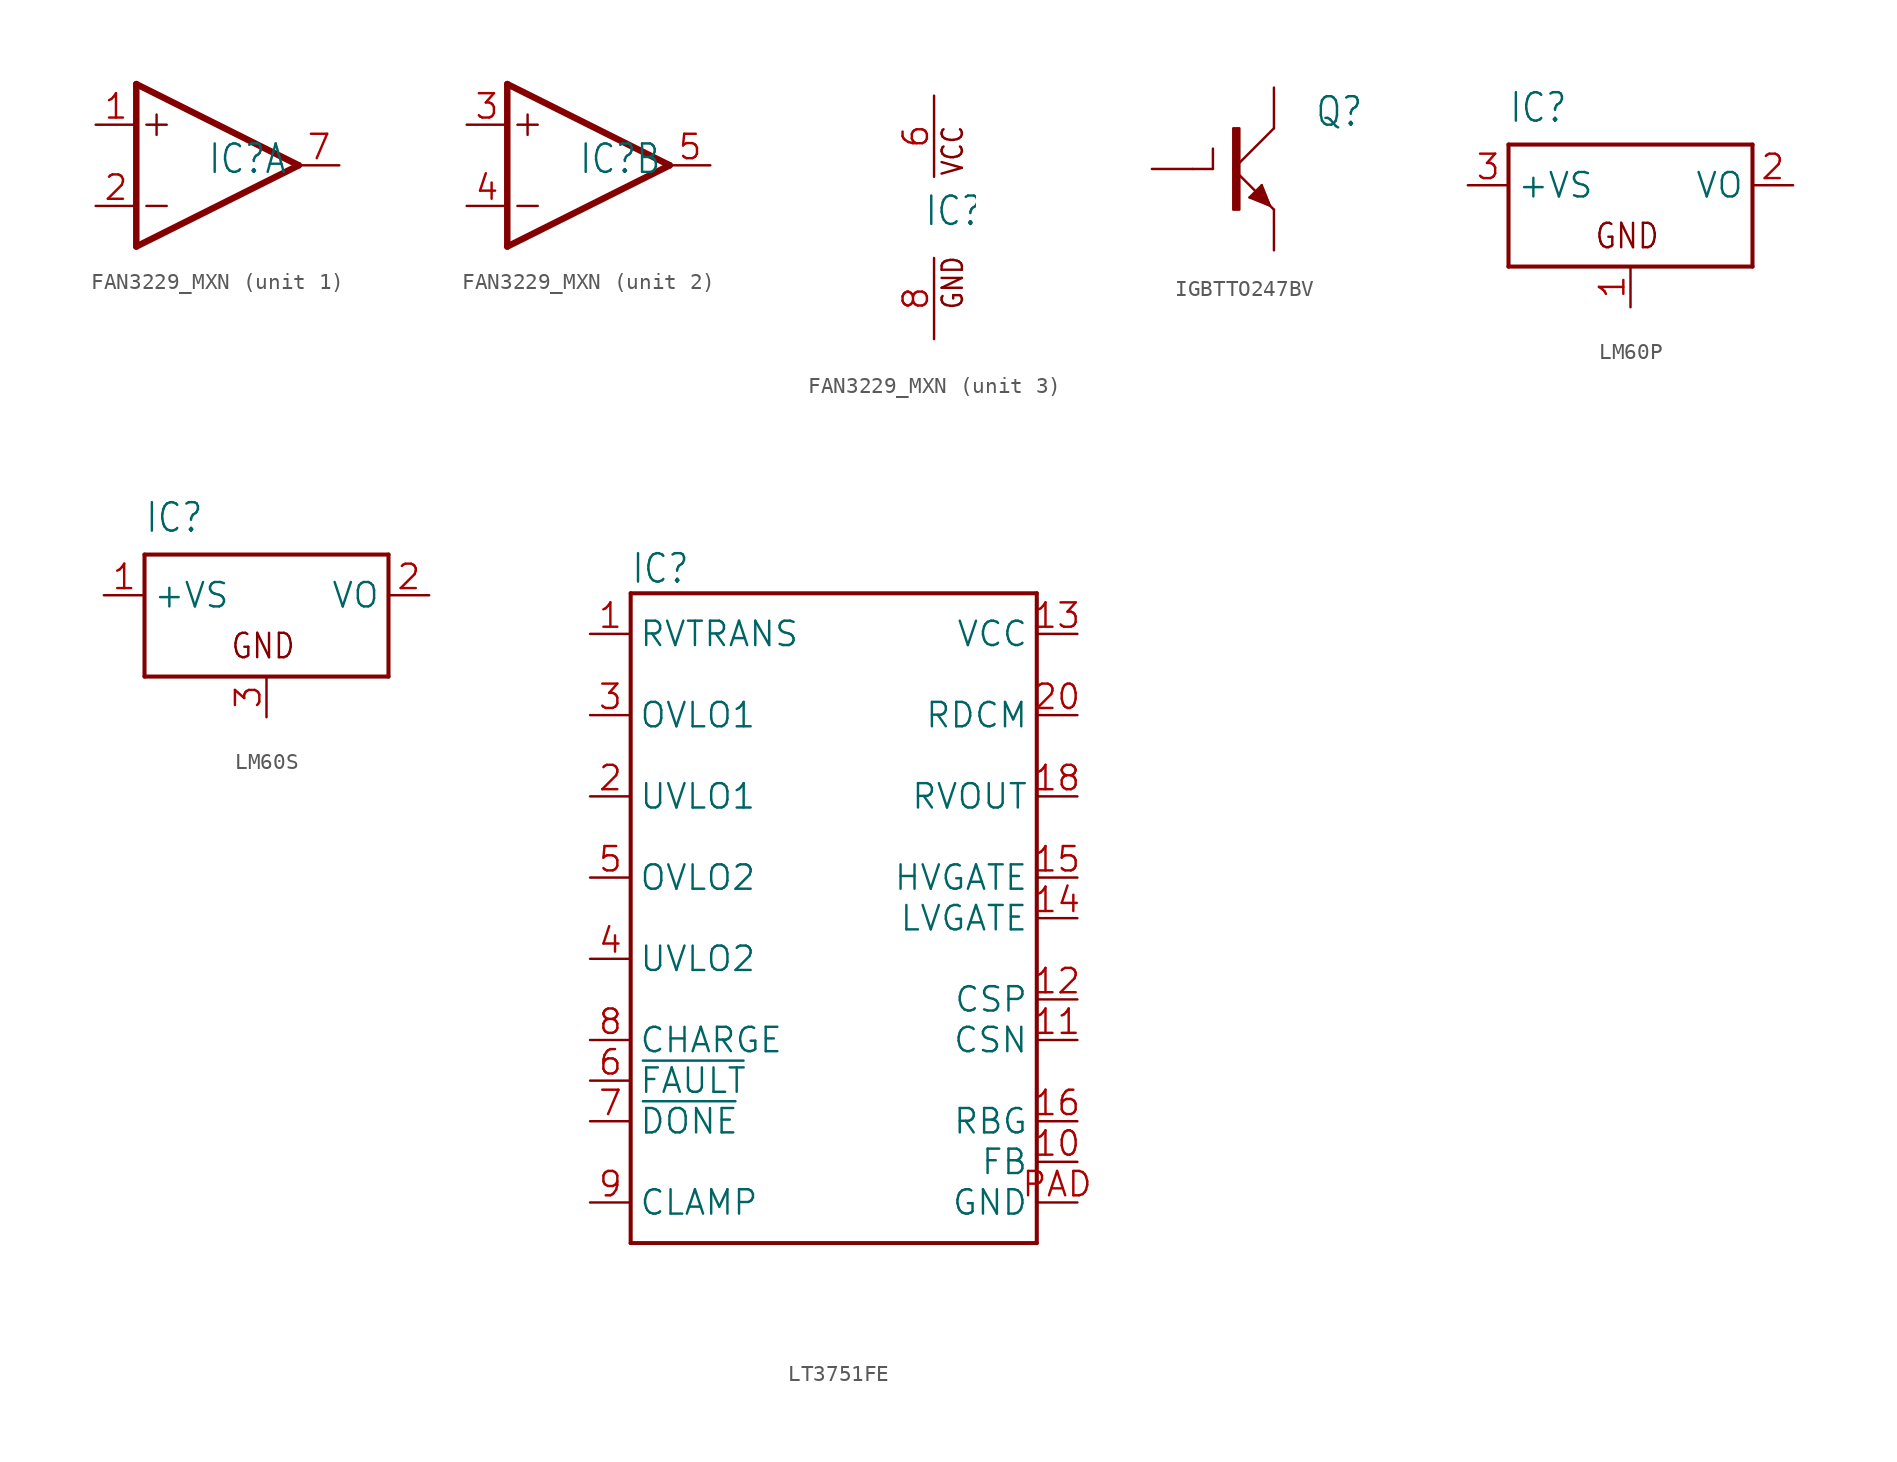
<source format=kicad_sym>
(kicad_symbol_lib
  (version 20241209)
  (generator "kicad_symbol_editor")
  (generator_version "9.0")
  (symbol "FAN3229_MXN"
    (property "Reference" "IC"
      (at -0.635 -0.635 0)
      (effects (font (size 1.778 1.511)) (justify left bottom)))
    (property "ki_locked" ""
      (at 0 0 0)
      (effects (font (size 1.27 1.27))))
    (symbol "FAN3229_MXN_1_0"
      (polyline (pts (xy -5.08 5.08) (xy -5.08 -5.08)) (stroke (width 0.406) (type solid)) (fill (type none)))
      (polyline (pts (xy -5.08 -5.08) (xy 5.08 0)) (stroke (width 0.406) (type solid)) (fill (type none)))
      (polyline (pts (xy -4.445 2.54) (xy -3.175 2.54)) (stroke (width 0.152) (type solid)) (fill (type none)))
      (polyline (pts (xy -4.445 -2.54) (xy -3.175 -2.54)) (stroke (width 0.152) (type solid)) (fill (type none)))
      (polyline (pts (xy -3.81 3.175) (xy -3.81 1.905)) (stroke (width 0.152) (type solid)) (fill (type none)))
      (polyline (pts (xy 5.08 0) (xy -5.08 5.08)) (stroke (width 0.406) (type solid)) (fill (type none)))
      (pin input line (at -7.62 2.54 0) (length 2.54) (name "+IN" (effects (font (size 0 0)))) (number "1" (effects (font (size 1.524 1.524)))))
      (pin input line (at -7.62 -2.54 0) (length 2.54) (name "-IN" (effects (font (size 0 0)))) (number "2" (effects (font (size 1.524 1.524)))))
      (pin output line (at 7.62 0 180) (length 2.54) (name "OUT" (effects (font (size 0 0)))) (number "7" (effects (font (size 1.524 1.524))))))
    (symbol "FAN3229_MXN_2_0"
      (polyline (pts (xy -5.08 5.08) (xy -5.08 -5.08)) (stroke (width 0.406) (type solid)) (fill (type none)))
      (polyline (pts (xy -5.08 -5.08) (xy 5.08 0)) (stroke (width 0.406) (type solid)) (fill (type none)))
      (polyline (pts (xy -4.445 2.54) (xy -3.175 2.54)) (stroke (width 0.152) (type solid)) (fill (type none)))
      (polyline (pts (xy -4.445 -2.54) (xy -3.175 -2.54)) (stroke (width 0.152) (type solid)) (fill (type none)))
      (polyline (pts (xy -3.81 3.175) (xy -3.81 1.905)) (stroke (width 0.152) (type solid)) (fill (type none)))
      (polyline (pts (xy 5.08 0) (xy -5.08 5.08)) (stroke (width 0.406) (type solid)) (fill (type none)))
      (pin input line (at -7.62 2.54 0) (length 2.54) (name "+IN" (effects (font (size 0 0)))) (number "3" (effects (font (size 1.524 1.524)))))
      (pin input line (at -7.62 -2.54 0) (length 2.54) (name "-IN" (effects (font (size 0 0)))) (number "4" (effects (font (size 1.524 1.524)))))
      (pin output line (at 7.62 0 180) (length 2.54) (name "OUT" (effects (font (size 0 0)))) (number "5" (effects (font (size 1.524 1.524))))))
    (symbol "FAN3229_MXN_3_0"
      (text "VCC" (at 1.905 2.54 900) (effects (font (size 1.27 1.079)) (justify left bottom)))
      (text "GND" (at 1.905 -5.842 900) (effects (font (size 1.27 1.079)) (justify left bottom)))
      (pin power_in line (at 0 7.62 270) (length 5.08) (name "VCC" (effects (font (size 0 0)))) (number "6" (effects (font (size 1.524 1.524)))))
      (pin power_in line (at 0 -7.62 90) (length 5.08) (name "GND" (effects (font (size 0 0)))) (number "8" (effects (font (size 1.524 1.524)))))))
  (symbol "IGBTTO247BV"
    (property "Reference" "Q"
      (at 5.08 2.54 0)
      (effects (font (size 1.778 1.511)) (justify left bottom)))
    (property "Value" ""
      (at 5.08 0 0)
      (effects (font (size 1.778 1.511)) (justify left bottom)))
    (property "ki_locked" ""
      (at 0 0 0)
      (effects (font (size 1.27 1.27))))
    (symbol "IGBTTO247BV_1_0"
      (polyline (pts (xy -2.54 0) (xy -1.27 0)) (stroke (width 0.152) (type solid)) (fill (type none)))
      (polyline (pts (xy -1.27 0) (xy -1.27 1.27)) (stroke (width 0.152) (type solid)) (fill (type none)))
      (polyline (pts (xy 0 0) (xy 1.524 -1.524)) (stroke (width 0.152) (type solid)) (fill (type none)))
      (rectangle (start 0 -2.54) (end 0.381 2.54) (stroke (width 0) (type default)) (fill (type outline)))
      (polyline (pts (xy 1.016 -1.778) (xy 1.778 -1.016)) (stroke (width 0.152) (type solid)) (fill (type none)))
      (polyline (pts (xy 1.27 -1.778) (xy 2.159 -2.159)) (stroke (width 0.254) (type solid)) (fill (type none)))
      (polyline (pts (xy 1.524 -1.524) (xy 1.27 -1.778)) (stroke (width 0.254) (type solid)) (fill (type none)))
      (polyline (pts (xy 1.524 -1.778) (xy 1.778 -1.524)) (stroke (width 0.254) (type solid)) (fill (type none)))
      (polyline (pts (xy 1.778 -1.016) (xy 2.286 -2.286)) (stroke (width 0.152) (type solid)) (fill (type none)))
      (polyline (pts (xy 1.778 -1.27) (xy 1.524 -1.524)) (stroke (width 0.254) (type solid)) (fill (type none)))
      (polyline (pts (xy 2.159 -2.159) (xy 1.524 -1.524)) (stroke (width 0.254) (type solid)) (fill (type none)))
      (polyline (pts (xy 2.159 -2.159) (xy 1.778 -1.27)) (stroke (width 0.254) (type solid)) (fill (type none)))
      (polyline (pts (xy 2.159 -2.159) (xy 2.286 -2.286)) (stroke (width 0.152) (type solid)) (fill (type none)))
      (polyline (pts (xy 2.286 -2.286) (xy 1.016 -1.778)) (stroke (width 0.152) (type solid)) (fill (type none)))
      (polyline (pts (xy 2.286 -2.286) (xy 2.54 -2.54)) (stroke (width 0.152) (type solid)) (fill (type none)))
      (polyline (pts (xy 2.54 2.54) (xy 0 0)) (stroke (width 0.152) (type solid)) (fill (type none)))
      (pin passive line (at -5.08 0 0) (length 2.54) (name "G" (effects (font (size 0 0)))) (number "1" (effects (font (size 0 0)))))
      (pin passive line (at 2.54 5.08 270) (length 2.54) (name "C" (effects (font (size 0 0)))) (number "2" (effects (font (size 0 0)))))
      (pin passive line (at 2.54 -5.08 90) (length 2.54) (name "E" (effects (font (size 0 0)))) (number "3" (effects (font (size 0 0)))))))
  (symbol "LM60P"
    (property "Reference" "IC"
      (at -7.62 3.81 0)
      (effects (font (size 1.778 1.511)) (justify left bottom)))
    (property "Value" ""
      (at 2.54 -7.62 0)
      (effects (font (size 1.778 1.511)) (justify left bottom)))
    (property "ki_locked" ""
      (at 0 0 0)
      (effects (font (size 1.27 1.27))))
    (symbol "LM60P_1_0"
      (polyline (pts (xy -7.62 2.54) (xy 7.62 2.54)) (stroke (width 0.254) (type solid)) (fill (type none)))
      (polyline (pts (xy -7.62 -5.08) (xy -7.62 2.54)) (stroke (width 0.254) (type solid)) (fill (type none)))
      (polyline (pts (xy 7.62 2.54) (xy 7.62 -5.08)) (stroke (width 0.254) (type solid)) (fill (type none)))
      (polyline (pts (xy 7.62 -5.08) (xy -7.62 -5.08)) (stroke (width 0.254) (type solid)) (fill (type none)))
      (text "GND" (at -2.286 -4.064 0) (effects (font (size 1.524 1.295)) (justify left bottom)))
      (pin input line (at -10.16 0 0) (length 2.54) (name "+VS" (effects (font (size 1.524 1.524)))) (number "3" (effects (font (size 1.524 1.524)))))
      (pin power_in line (at 0 -7.62 90) (length 2.54) (name "GND" (effects (font (size 0 0)))) (number "1" (effects (font (size 1.524 1.524)))))
      (pin input line (at 10.16 0 180) (length 2.54) (name "VO" (effects (font (size 1.524 1.524)))) (number "2" (effects (font (size 1.524 1.524)))))))
  (symbol "LM60S"
    (property "Reference" "IC"
      (at -7.62 3.81 0)
      (effects (font (size 1.778 1.511)) (justify left bottom)))
    (property "Value" ""
      (at 2.54 -7.62 0)
      (effects (font (size 1.778 1.511)) (justify left bottom)))
    (property "ki_locked" ""
      (at 0 0 0)
      (effects (font (size 1.27 1.27))))
    (symbol "LM60S_1_0"
      (polyline (pts (xy -7.62 2.54) (xy 7.62 2.54)) (stroke (width 0.254) (type solid)) (fill (type none)))
      (polyline (pts (xy -7.62 -5.08) (xy -7.62 2.54)) (stroke (width 0.254) (type solid)) (fill (type none)))
      (polyline (pts (xy 7.62 2.54) (xy 7.62 -5.08)) (stroke (width 0.254) (type solid)) (fill (type none)))
      (polyline (pts (xy 7.62 -5.08) (xy -7.62 -5.08)) (stroke (width 0.254) (type solid)) (fill (type none)))
      (text "GND" (at -2.286 -4.064 0) (effects (font (size 1.524 1.295)) (justify left bottom)))
      (pin input line (at -10.16 0 0) (length 2.54) (name "+VS" (effects (font (size 1.524 1.524)))) (number "1" (effects (font (size 1.524 1.524)))))
      (pin power_in line (at 0 -7.62 90) (length 2.54) (name "GND" (effects (font (size 0 0)))) (number "3" (effects (font (size 1.524 1.524)))))
      (pin input line (at 10.16 0 180) (length 2.54) (name "VO" (effects (font (size 1.524 1.524)))) (number "2" (effects (font (size 1.524 1.524)))))))
  (symbol "LT3751FE"
    (property "Reference" "IC"
      (at -12.7 20.828 0)
      (effects (font (size 1.778 1.511)) (justify left bottom)))
    (property "Value" ""
      (at -12.7 -22.86 0)
      (effects (font (size 1.778 1.511)) (justify left bottom)))
    (property "ki_locked" ""
      (at 0 0 0)
      (effects (font (size 1.27 1.27))))
    (symbol "LT3751FE_1_0"
      (polyline (pts (xy -12.7 20.32) (xy 12.7 20.32)) (stroke (width 0.254) (type solid)) (fill (type none)))
      (polyline (pts (xy -12.7 -20.32) (xy -12.7 20.32)) (stroke (width 0.254) (type solid)) (fill (type none)))
      (polyline (pts (xy 12.7 20.32) (xy 12.7 -20.32)) (stroke (width 0.254) (type solid)) (fill (type none)))
      (polyline (pts (xy 12.7 -20.32) (xy -12.7 -20.32)) (stroke (width 0.254) (type solid)) (fill (type none)))
      (pin bidirectional line (at -15.24 17.78 0) (length 2.54) (name "RVTRANS" (effects (font (size 1.524 1.524)))) (number "1" (effects (font (size 1.524 1.524)))))
      (pin bidirectional line (at -15.24 12.7 0) (length 2.54) (name "OVLO1" (effects (font (size 1.524 1.524)))) (number "3" (effects (font (size 1.524 1.524)))))
      (pin bidirectional line (at -15.24 7.62 0) (length 2.54) (name "UVLO1" (effects (font (size 1.524 1.524)))) (number "2" (effects (font (size 1.524 1.524)))))
      (pin bidirectional line (at -15.24 2.54 0) (length 2.54) (name "OVLO2" (effects (font (size 1.524 1.524)))) (number "5" (effects (font (size 1.524 1.524)))))
      (pin bidirectional line (at -15.24 -2.54 0) (length 2.54) (name "UVLO2" (effects (font (size 1.524 1.524)))) (number "4" (effects (font (size 1.524 1.524)))))
      (pin bidirectional line (at -15.24 -7.62 0) (length 2.54) (name "CHARGE" (effects (font (size 1.524 1.524)))) (number "8" (effects (font (size 1.524 1.524)))))
      (pin bidirectional line (at -15.24 -10.16 0) (length 2.54) (name "~{FAULT}" (effects (font (size 1.524 1.524)))) (number "6" (effects (font (size 1.524 1.524)))))
      (pin bidirectional line (at -15.24 -12.7 0) (length 2.54) (name "~{DONE}" (effects (font (size 1.524 1.524)))) (number "7" (effects (font (size 1.524 1.524)))))
      (pin bidirectional line (at -15.24 -17.78 0) (length 2.54) (name "CLAMP" (effects (font (size 1.524 1.524)))) (number "9" (effects (font (size 1.524 1.524)))))
      (pin bidirectional line (at 15.24 17.78 180) (length 2.54) (name "VCC" (effects (font (size 1.524 1.524)))) (number "13" (effects (font (size 1.524 1.524)))))
      (pin bidirectional line (at 15.24 12.7 180) (length 2.54) (name "RDCM" (effects (font (size 1.524 1.524)))) (number "20" (effects (font (size 1.524 1.524)))))
      (pin bidirectional line (at 15.24 7.62 180) (length 2.54) (name "RVOUT" (effects (font (size 1.524 1.524)))) (number "18" (effects (font (size 1.524 1.524)))))
      (pin bidirectional line (at 15.24 2.54 180) (length 2.54) (name "HVGATE" (effects (font (size 1.524 1.524)))) (number "15" (effects (font (size 1.524 1.524)))))
      (pin bidirectional line (at 15.24 0 180) (length 2.54) (name "LVGATE" (effects (font (size 1.524 1.524)))) (number "14" (effects (font (size 1.524 1.524)))))
      (pin bidirectional line (at 15.24 -5.08 180) (length 2.54) (name "CSP" (effects (font (size 1.524 1.524)))) (number "12" (effects (font (size 1.524 1.524)))))
      (pin bidirectional line (at 15.24 -7.62 180) (length 2.54) (name "CSN" (effects (font (size 1.524 1.524)))) (number "11" (effects (font (size 1.524 1.524)))))
      (pin bidirectional line (at 15.24 -12.7 180) (length 2.54) (name "RBG" (effects (font (size 1.524 1.524)))) (number "16" (effects (font (size 1.524 1.524)))))
      (pin bidirectional line (at 15.24 -15.24 180) (length 2.54) (name "FB" (effects (font (size 1.524 1.524)))) (number "10" (effects (font (size 1.524 1.524)))))
      (pin bidirectional line (at 15.24 -17.78 180) (length 2.54) (name "GND" (effects (font (size 1.524 1.524)))) (number "PAD" (effects (font (size 1.524 1.524))))))))
</source>
